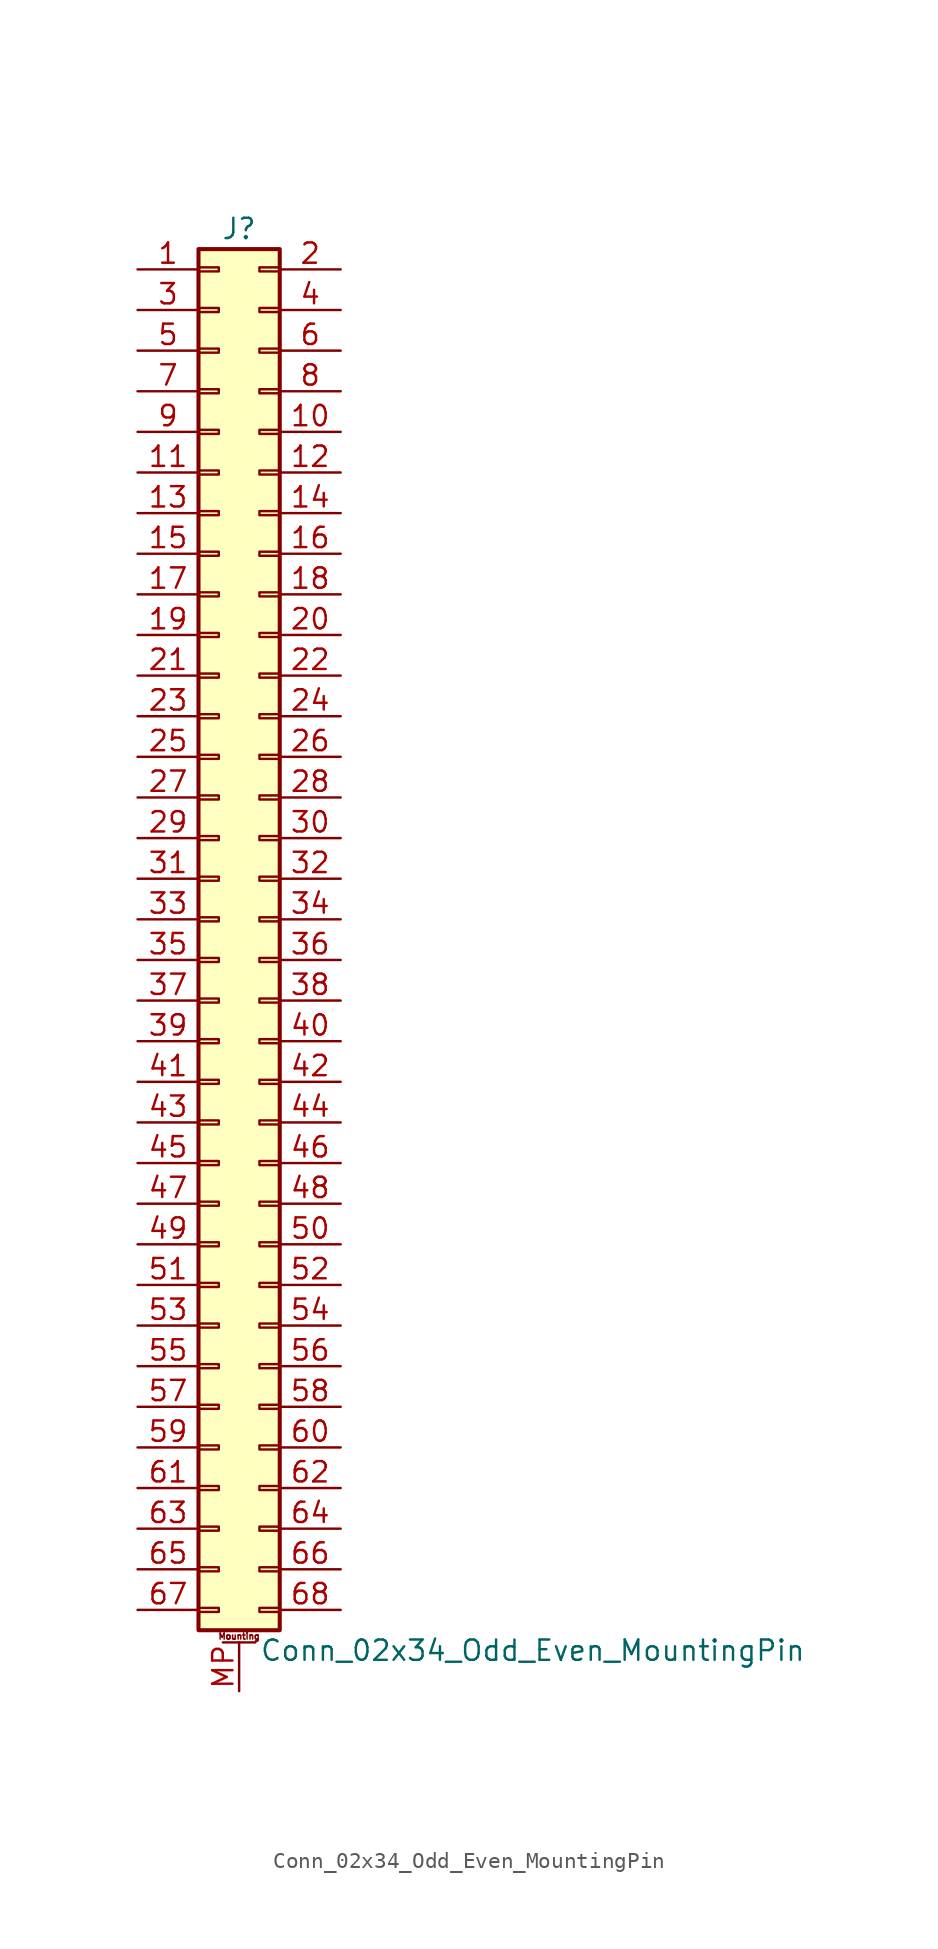
<source format=kicad_sym>
(kicad_symbol_lib
  (version 20201005)
  (generator kicad_symbol_editor)
  (symbol "Connector_Generic_MountingPin:Conn_02x34_Odd_Even_MountingPin"
    (pin_names
      (offset 1.016) hide)
    (property "Reference" "J"
      (at 1.27 43.18 0)
      (effects (font (size 1.27 1.27))))
    (property "Value" "Conn_02x34_Odd_Even_MountingPin"
      (at 2.54 -45.72 0)
      (effects (font (size 1.27 1.27)) (justify left)))
    (symbol "Conn_02x34_Odd_Even_MountingPin_1_1"
      (text "Mounting" (at 1.27 -44.831 0) (effects (font (size 0.381 0.381))))
      (rectangle (start -1.27 -27.813) (end 0 -28.067) (stroke (width 0.152)) (fill (type none)))
      (rectangle (start -1.27 -30.353) (end 0 -30.607) (stroke (width 0.152)) (fill (type none)))
      (rectangle (start -1.27 -32.893) (end 0 -33.147) (stroke (width 0.152)) (fill (type none)))
      (rectangle (start -1.27 -35.433) (end 0 -35.687) (stroke (width 0.152)) (fill (type none)))
      (rectangle (start -1.27 -37.973) (end 0 -38.227) (stroke (width 0.152)) (fill (type none)))
      (rectangle (start -1.27 -40.513) (end 0 -40.767) (stroke (width 0.152)) (fill (type none)))
      (rectangle (start -1.27 -43.053) (end 0 -43.307) (stroke (width 0.152)) (fill (type none)))
      (rectangle (start -1.27 -4.953) (end 0 -5.207) (stroke (width 0.152)) (fill (type none)))
      (rectangle (start -1.27 -7.493) (end 0 -7.747) (stroke (width 0.152)) (fill (type none)))
      (rectangle (start -1.27 -10.033) (end 0 -10.287) (stroke (width 0.152)) (fill (type none)))
      (rectangle (start -1.27 -12.573) (end 0 -12.827) (stroke (width 0.152)) (fill (type none)))
      (rectangle (start -1.27 -15.113) (end 0 -15.367) (stroke (width 0.152)) (fill (type none)))
      (rectangle (start -1.27 -17.653) (end 0 -17.907) (stroke (width 0.152)) (fill (type none)))
      (rectangle (start -1.27 -20.193) (end 0 -20.447) (stroke (width 0.152)) (fill (type none)))
      (rectangle (start -1.27 -22.733) (end 0 -22.987) (stroke (width 0.152)) (fill (type none)))
      (rectangle (start -1.27 -2.413) (end 0 -2.667) (stroke (width 0.152)) (fill (type none)))
      (rectangle (start -1.27 -25.273) (end 0 -25.527) (stroke (width 0.152)) (fill (type none)))
      (rectangle (start -1.27 25.527) (end 0 25.273) (stroke (width 0.152)) (fill (type none)))
      (rectangle (start -1.27 2.667) (end 0 2.413) (stroke (width 0.152)) (fill (type none)))
      (rectangle (start -1.27 28.067) (end 0 27.813) (stroke (width 0.152)) (fill (type none)))
      (rectangle (start -1.27 30.607) (end 0 30.353) (stroke (width 0.152)) (fill (type none)))
      (rectangle (start -1.27 33.147) (end 0 32.893) (stroke (width 0.152)) (fill (type none)))
      (rectangle (start -1.27 35.687) (end 0 35.433) (stroke (width 0.152)) (fill (type none)))
      (rectangle (start -1.27 38.227) (end 0 37.973) (stroke (width 0.152)) (fill (type none)))
      (rectangle (start -1.27 40.767) (end 0 40.513) (stroke (width 0.152)) (fill (type none)))
      (rectangle (start -1.27 41.91) (end 3.81 -44.45) (stroke (width 0.254)) (fill (type background)))
      (rectangle (start -1.27 5.207) (end 0 4.953) (stroke (width 0.152)) (fill (type none)))
      (rectangle (start -1.27 7.747) (end 0 7.493) (stroke (width 0.152)) (fill (type none)))
      (rectangle (start -1.27 10.287) (end 0 10.033) (stroke (width 0.152)) (fill (type none)))
      (rectangle (start -1.27 0.127) (end 0 -0.127) (stroke (width 0.152)) (fill (type none)))
      (rectangle (start -1.27 12.827) (end 0 12.573) (stroke (width 0.152)) (fill (type none)))
      (rectangle (start -1.27 15.367) (end 0 15.113) (stroke (width 0.152)) (fill (type none)))
      (rectangle (start -1.27 17.907) (end 0 17.653) (stroke (width 0.152)) (fill (type none)))
      (rectangle (start -1.27 20.447) (end 0 20.193) (stroke (width 0.152)) (fill (type none)))
      (rectangle (start -1.27 22.987) (end 0 22.733) (stroke (width 0.152)) (fill (type none)))
      (rectangle (start 3.81 -27.813) (end 2.54 -28.067) (stroke (width 0.152)) (fill (type none)))
      (rectangle (start 3.81 -30.353) (end 2.54 -30.607) (stroke (width 0.152)) (fill (type none)))
      (rectangle (start 3.81 -32.893) (end 2.54 -33.147) (stroke (width 0.152)) (fill (type none)))
      (rectangle (start 3.81 -35.433) (end 2.54 -35.687) (stroke (width 0.152)) (fill (type none)))
      (rectangle (start 3.81 -37.973) (end 2.54 -38.227) (stroke (width 0.152)) (fill (type none)))
      (rectangle (start 3.81 -40.513) (end 2.54 -40.767) (stroke (width 0.152)) (fill (type none)))
      (rectangle (start 3.81 -43.053) (end 2.54 -43.307) (stroke (width 0.152)) (fill (type none)))
      (rectangle (start 3.81 -4.953) (end 2.54 -5.207) (stroke (width 0.152)) (fill (type none)))
      (rectangle (start 3.81 -7.493) (end 2.54 -7.747) (stroke (width 0.152)) (fill (type none)))
      (rectangle (start 3.81 -10.033) (end 2.54 -10.287) (stroke (width 0.152)) (fill (type none)))
      (rectangle (start 3.81 -12.573) (end 2.54 -12.827) (stroke (width 0.152)) (fill (type none)))
      (rectangle (start 3.81 -15.113) (end 2.54 -15.367) (stroke (width 0.152)) (fill (type none)))
      (rectangle (start 3.81 -17.653) (end 2.54 -17.907) (stroke (width 0.152)) (fill (type none)))
      (rectangle (start 3.81 -20.193) (end 2.54 -20.447) (stroke (width 0.152)) (fill (type none)))
      (rectangle (start 3.81 -22.733) (end 2.54 -22.987) (stroke (width 0.152)) (fill (type none)))
      (rectangle (start 3.81 -2.413) (end 2.54 -2.667) (stroke (width 0.152)) (fill (type none)))
      (rectangle (start 3.81 -25.273) (end 2.54 -25.527) (stroke (width 0.152)) (fill (type none)))
      (rectangle (start 3.81 25.527) (end 2.54 25.273) (stroke (width 0.152)) (fill (type none)))
      (rectangle (start 3.81 2.667) (end 2.54 2.413) (stroke (width 0.152)) (fill (type none)))
      (rectangle (start 3.81 28.067) (end 2.54 27.813) (stroke (width 0.152)) (fill (type none)))
      (rectangle (start 3.81 30.607) (end 2.54 30.353) (stroke (width 0.152)) (fill (type none)))
      (rectangle (start 3.81 33.147) (end 2.54 32.893) (stroke (width 0.152)) (fill (type none)))
      (rectangle (start 3.81 35.687) (end 2.54 35.433) (stroke (width 0.152)) (fill (type none)))
      (rectangle (start 3.81 38.227) (end 2.54 37.973) (stroke (width 0.152)) (fill (type none)))
      (rectangle (start 3.81 40.767) (end 2.54 40.513) (stroke (width 0.152)) (fill (type none)))
      (rectangle (start 3.81 5.207) (end 2.54 4.953) (stroke (width 0.152)) (fill (type none)))
      (rectangle (start 3.81 7.747) (end 2.54 7.493) (stroke (width 0.152)) (fill (type none)))
      (rectangle (start 3.81 10.287) (end 2.54 10.033) (stroke (width 0.152)) (fill (type none)))
      (rectangle (start 3.81 0.127) (end 2.54 -0.127) (stroke (width 0.152)) (fill (type none)))
      (rectangle (start 3.81 12.827) (end 2.54 12.573) (stroke (width 0.152)) (fill (type none)))
      (rectangle (start 3.81 15.367) (end 2.54 15.113) (stroke (width 0.152)) (fill (type none)))
      (rectangle (start 3.81 17.907) (end 2.54 17.653) (stroke (width 0.152)) (fill (type none)))
      (rectangle (start 3.81 20.447) (end 2.54 20.193) (stroke (width 0.152)) (fill (type none)))
      (rectangle (start 3.81 22.987) (end 2.54 22.733) (stroke (width 0.152)) (fill (type none)))
      (polyline (pts (xy 0.254 -45.212) (xy 2.286 -45.212)) (stroke (width 0.152)) (fill (type none)))
      (pin passive line (at 1.27 -48.26 90) (length 3.048) (name "MountPin" (effects (font (size 1.27 1.27)))) (number "MP" (effects (font (size 1.27 1.27)))))
      (pin passive line (at -5.08 40.64 0) (length 3.81) (name "Pin_1" (effects (font (size 1.27 1.27)))) (number "1" (effects (font (size 1.27 1.27)))))
      (pin passive line (at 7.62 30.48 180) (length 3.81) (name "Pin_10" (effects (font (size 1.27 1.27)))) (number "10" (effects (font (size 1.27 1.27)))))
      (pin passive line (at -5.08 27.94 0) (length 3.81) (name "Pin_11" (effects (font (size 1.27 1.27)))) (number "11" (effects (font (size 1.27 1.27)))))
      (pin passive line (at 7.62 27.94 180) (length 3.81) (name "Pin_12" (effects (font (size 1.27 1.27)))) (number "12" (effects (font (size 1.27 1.27)))))
      (pin passive line (at -5.08 25.4 0) (length 3.81) (name "Pin_13" (effects (font (size 1.27 1.27)))) (number "13" (effects (font (size 1.27 1.27)))))
      (pin passive line (at 7.62 25.4 180) (length 3.81) (name "Pin_14" (effects (font (size 1.27 1.27)))) (number "14" (effects (font (size 1.27 1.27)))))
      (pin passive line (at -5.08 22.86 0) (length 3.81) (name "Pin_15" (effects (font (size 1.27 1.27)))) (number "15" (effects (font (size 1.27 1.27)))))
      (pin passive line (at 7.62 22.86 180) (length 3.81) (name "Pin_16" (effects (font (size 1.27 1.27)))) (number "16" (effects (font (size 1.27 1.27)))))
      (pin passive line (at -5.08 20.32 0) (length 3.81) (name "Pin_17" (effects (font (size 1.27 1.27)))) (number "17" (effects (font (size 1.27 1.27)))))
      (pin passive line (at 7.62 20.32 180) (length 3.81) (name "Pin_18" (effects (font (size 1.27 1.27)))) (number "18" (effects (font (size 1.27 1.27)))))
      (pin passive line (at -5.08 17.78 0) (length 3.81) (name "Pin_19" (effects (font (size 1.27 1.27)))) (number "19" (effects (font (size 1.27 1.27)))))
      (pin passive line (at 7.62 40.64 180) (length 3.81) (name "Pin_2" (effects (font (size 1.27 1.27)))) (number "2" (effects (font (size 1.27 1.27)))))
      (pin passive line (at 7.62 17.78 180) (length 3.81) (name "Pin_20" (effects (font (size 1.27 1.27)))) (number "20" (effects (font (size 1.27 1.27)))))
      (pin passive line (at -5.08 15.24 0) (length 3.81) (name "Pin_21" (effects (font (size 1.27 1.27)))) (number "21" (effects (font (size 1.27 1.27)))))
      (pin passive line (at 7.62 15.24 180) (length 3.81) (name "Pin_22" (effects (font (size 1.27 1.27)))) (number "22" (effects (font (size 1.27 1.27)))))
      (pin passive line (at -5.08 12.7 0) (length 3.81) (name "Pin_23" (effects (font (size 1.27 1.27)))) (number "23" (effects (font (size 1.27 1.27)))))
      (pin passive line (at 7.62 12.7 180) (length 3.81) (name "Pin_24" (effects (font (size 1.27 1.27)))) (number "24" (effects (font (size 1.27 1.27)))))
      (pin passive line (at -5.08 10.16 0) (length 3.81) (name "Pin_25" (effects (font (size 1.27 1.27)))) (number "25" (effects (font (size 1.27 1.27)))))
      (pin passive line (at 7.62 10.16 180) (length 3.81) (name "Pin_26" (effects (font (size 1.27 1.27)))) (number "26" (effects (font (size 1.27 1.27)))))
      (pin passive line (at -5.08 7.62 0) (length 3.81) (name "Pin_27" (effects (font (size 1.27 1.27)))) (number "27" (effects (font (size 1.27 1.27)))))
      (pin passive line (at 7.62 7.62 180) (length 3.81) (name "Pin_28" (effects (font (size 1.27 1.27)))) (number "28" (effects (font (size 1.27 1.27)))))
      (pin passive line (at -5.08 5.08 0) (length 3.81) (name "Pin_29" (effects (font (size 1.27 1.27)))) (number "29" (effects (font (size 1.27 1.27)))))
      (pin passive line (at -5.08 38.1 0) (length 3.81) (name "Pin_3" (effects (font (size 1.27 1.27)))) (number "3" (effects (font (size 1.27 1.27)))))
      (pin passive line (at 7.62 5.08 180) (length 3.81) (name "Pin_30" (effects (font (size 1.27 1.27)))) (number "30" (effects (font (size 1.27 1.27)))))
      (pin passive line (at -5.08 2.54 0) (length 3.81) (name "Pin_31" (effects (font (size 1.27 1.27)))) (number "31" (effects (font (size 1.27 1.27)))))
      (pin passive line (at 7.62 2.54 180) (length 3.81) (name "Pin_32" (effects (font (size 1.27 1.27)))) (number "32" (effects (font (size 1.27 1.27)))))
      (pin passive line (at -5.08 0 0) (length 3.81) (name "Pin_33" (effects (font (size 1.27 1.27)))) (number "33" (effects (font (size 1.27 1.27)))))
      (pin passive line (at 7.62 0 180) (length 3.81) (name "Pin_34" (effects (font (size 1.27 1.27)))) (number "34" (effects (font (size 1.27 1.27)))))
      (pin passive line (at -5.08 -2.54 0) (length 3.81) (name "Pin_35" (effects (font (size 1.27 1.27)))) (number "35" (effects (font (size 1.27 1.27)))))
      (pin passive line (at 7.62 -2.54 180) (length 3.81) (name "Pin_36" (effects (font (size 1.27 1.27)))) (number "36" (effects (font (size 1.27 1.27)))))
      (pin passive line (at -5.08 -5.08 0) (length 3.81) (name "Pin_37" (effects (font (size 1.27 1.27)))) (number "37" (effects (font (size 1.27 1.27)))))
      (pin passive line (at 7.62 -5.08 180) (length 3.81) (name "Pin_38" (effects (font (size 1.27 1.27)))) (number "38" (effects (font (size 1.27 1.27)))))
      (pin passive line (at -5.08 -7.62 0) (length 3.81) (name "Pin_39" (effects (font (size 1.27 1.27)))) (number "39" (effects (font (size 1.27 1.27)))))
      (pin passive line (at 7.62 38.1 180) (length 3.81) (name "Pin_4" (effects (font (size 1.27 1.27)))) (number "4" (effects (font (size 1.27 1.27)))))
      (pin passive line (at 7.62 -7.62 180) (length 3.81) (name "Pin_40" (effects (font (size 1.27 1.27)))) (number "40" (effects (font (size 1.27 1.27)))))
      (pin passive line (at -5.08 -10.16 0) (length 3.81) (name "Pin_41" (effects (font (size 1.27 1.27)))) (number "41" (effects (font (size 1.27 1.27)))))
      (pin passive line (at 7.62 -10.16 180) (length 3.81) (name "Pin_42" (effects (font (size 1.27 1.27)))) (number "42" (effects (font (size 1.27 1.27)))))
      (pin passive line (at -5.08 -12.7 0) (length 3.81) (name "Pin_43" (effects (font (size 1.27 1.27)))) (number "43" (effects (font (size 1.27 1.27)))))
      (pin passive line (at 7.62 -12.7 180) (length 3.81) (name "Pin_44" (effects (font (size 1.27 1.27)))) (number "44" (effects (font (size 1.27 1.27)))))
      (pin passive line (at -5.08 -15.24 0) (length 3.81) (name "Pin_45" (effects (font (size 1.27 1.27)))) (number "45" (effects (font (size 1.27 1.27)))))
      (pin passive line (at 7.62 -15.24 180) (length 3.81) (name "Pin_46" (effects (font (size 1.27 1.27)))) (number "46" (effects (font (size 1.27 1.27)))))
      (pin passive line (at -5.08 -17.78 0) (length 3.81) (name "Pin_47" (effects (font (size 1.27 1.27)))) (number "47" (effects (font (size 1.27 1.27)))))
      (pin passive line (at 7.62 -17.78 180) (length 3.81) (name "Pin_48" (effects (font (size 1.27 1.27)))) (number "48" (effects (font (size 1.27 1.27)))))
      (pin passive line (at -5.08 -20.32 0) (length 3.81) (name "Pin_49" (effects (font (size 1.27 1.27)))) (number "49" (effects (font (size 1.27 1.27)))))
      (pin passive line (at -5.08 35.56 0) (length 3.81) (name "Pin_5" (effects (font (size 1.27 1.27)))) (number "5" (effects (font (size 1.27 1.27)))))
      (pin passive line (at 7.62 -20.32 180) (length 3.81) (name "Pin_50" (effects (font (size 1.27 1.27)))) (number "50" (effects (font (size 1.27 1.27)))))
      (pin passive line (at -5.08 -22.86 0) (length 3.81) (name "Pin_51" (effects (font (size 1.27 1.27)))) (number "51" (effects (font (size 1.27 1.27)))))
      (pin passive line (at 7.62 -22.86 180) (length 3.81) (name "Pin_52" (effects (font (size 1.27 1.27)))) (number "52" (effects (font (size 1.27 1.27)))))
      (pin passive line (at -5.08 -25.4 0) (length 3.81) (name "Pin_53" (effects (font (size 1.27 1.27)))) (number "53" (effects (font (size 1.27 1.27)))))
      (pin passive line (at 7.62 -25.4 180) (length 3.81) (name "Pin_54" (effects (font (size 1.27 1.27)))) (number "54" (effects (font (size 1.27 1.27)))))
      (pin passive line (at -5.08 -27.94 0) (length 3.81) (name "Pin_55" (effects (font (size 1.27 1.27)))) (number "55" (effects (font (size 1.27 1.27)))))
      (pin passive line (at 7.62 -27.94 180) (length 3.81) (name "Pin_56" (effects (font (size 1.27 1.27)))) (number "56" (effects (font (size 1.27 1.27)))))
      (pin passive line (at -5.08 -30.48 0) (length 3.81) (name "Pin_57" (effects (font (size 1.27 1.27)))) (number "57" (effects (font (size 1.27 1.27)))))
      (pin passive line (at 7.62 -30.48 180) (length 3.81) (name "Pin_58" (effects (font (size 1.27 1.27)))) (number "58" (effects (font (size 1.27 1.27)))))
      (pin passive line (at -5.08 -33.02 0) (length 3.81) (name "Pin_59" (effects (font (size 1.27 1.27)))) (number "59" (effects (font (size 1.27 1.27)))))
      (pin passive line (at 7.62 35.56 180) (length 3.81) (name "Pin_6" (effects (font (size 1.27 1.27)))) (number "6" (effects (font (size 1.27 1.27)))))
      (pin passive line (at 7.62 -33.02 180) (length 3.81) (name "Pin_60" (effects (font (size 1.27 1.27)))) (number "60" (effects (font (size 1.27 1.27)))))
      (pin passive line (at -5.08 -35.56 0) (length 3.81) (name "Pin_61" (effects (font (size 1.27 1.27)))) (number "61" (effects (font (size 1.27 1.27)))))
      (pin passive line (at 7.62 -35.56 180) (length 3.81) (name "Pin_62" (effects (font (size 1.27 1.27)))) (number "62" (effects (font (size 1.27 1.27)))))
      (pin passive line (at -5.08 -38.1 0) (length 3.81) (name "Pin_63" (effects (font (size 1.27 1.27)))) (number "63" (effects (font (size 1.27 1.27)))))
      (pin passive line (at 7.62 -38.1 180) (length 3.81) (name "Pin_64" (effects (font (size 1.27 1.27)))) (number "64" (effects (font (size 1.27 1.27)))))
      (pin passive line (at -5.08 -40.64 0) (length 3.81) (name "Pin_65" (effects (font (size 1.27 1.27)))) (number "65" (effects (font (size 1.27 1.27)))))
      (pin passive line (at 7.62 -40.64 180) (length 3.81) (name "Pin_66" (effects (font (size 1.27 1.27)))) (number "66" (effects (font (size 1.27 1.27)))))
      (pin passive line (at -5.08 -43.18 0) (length 3.81) (name "Pin_67" (effects (font (size 1.27 1.27)))) (number "67" (effects (font (size 1.27 1.27)))))
      (pin passive line (at 7.62 -43.18 180) (length 3.81) (name "Pin_68" (effects (font (size 1.27 1.27)))) (number "68" (effects (font (size 1.27 1.27)))))
      (pin passive line (at -5.08 33.02 0) (length 3.81) (name "Pin_7" (effects (font (size 1.27 1.27)))) (number "7" (effects (font (size 1.27 1.27)))))
      (pin passive line (at 7.62 33.02 180) (length 3.81) (name "Pin_8" (effects (font (size 1.27 1.27)))) (number "8" (effects (font (size 1.27 1.27)))))
      (pin passive line (at -5.08 30.48 0) (length 3.81) (name "Pin_9" (effects (font (size 1.27 1.27)))) (number "9" (effects (font (size 1.27 1.27))))))))
</source>
